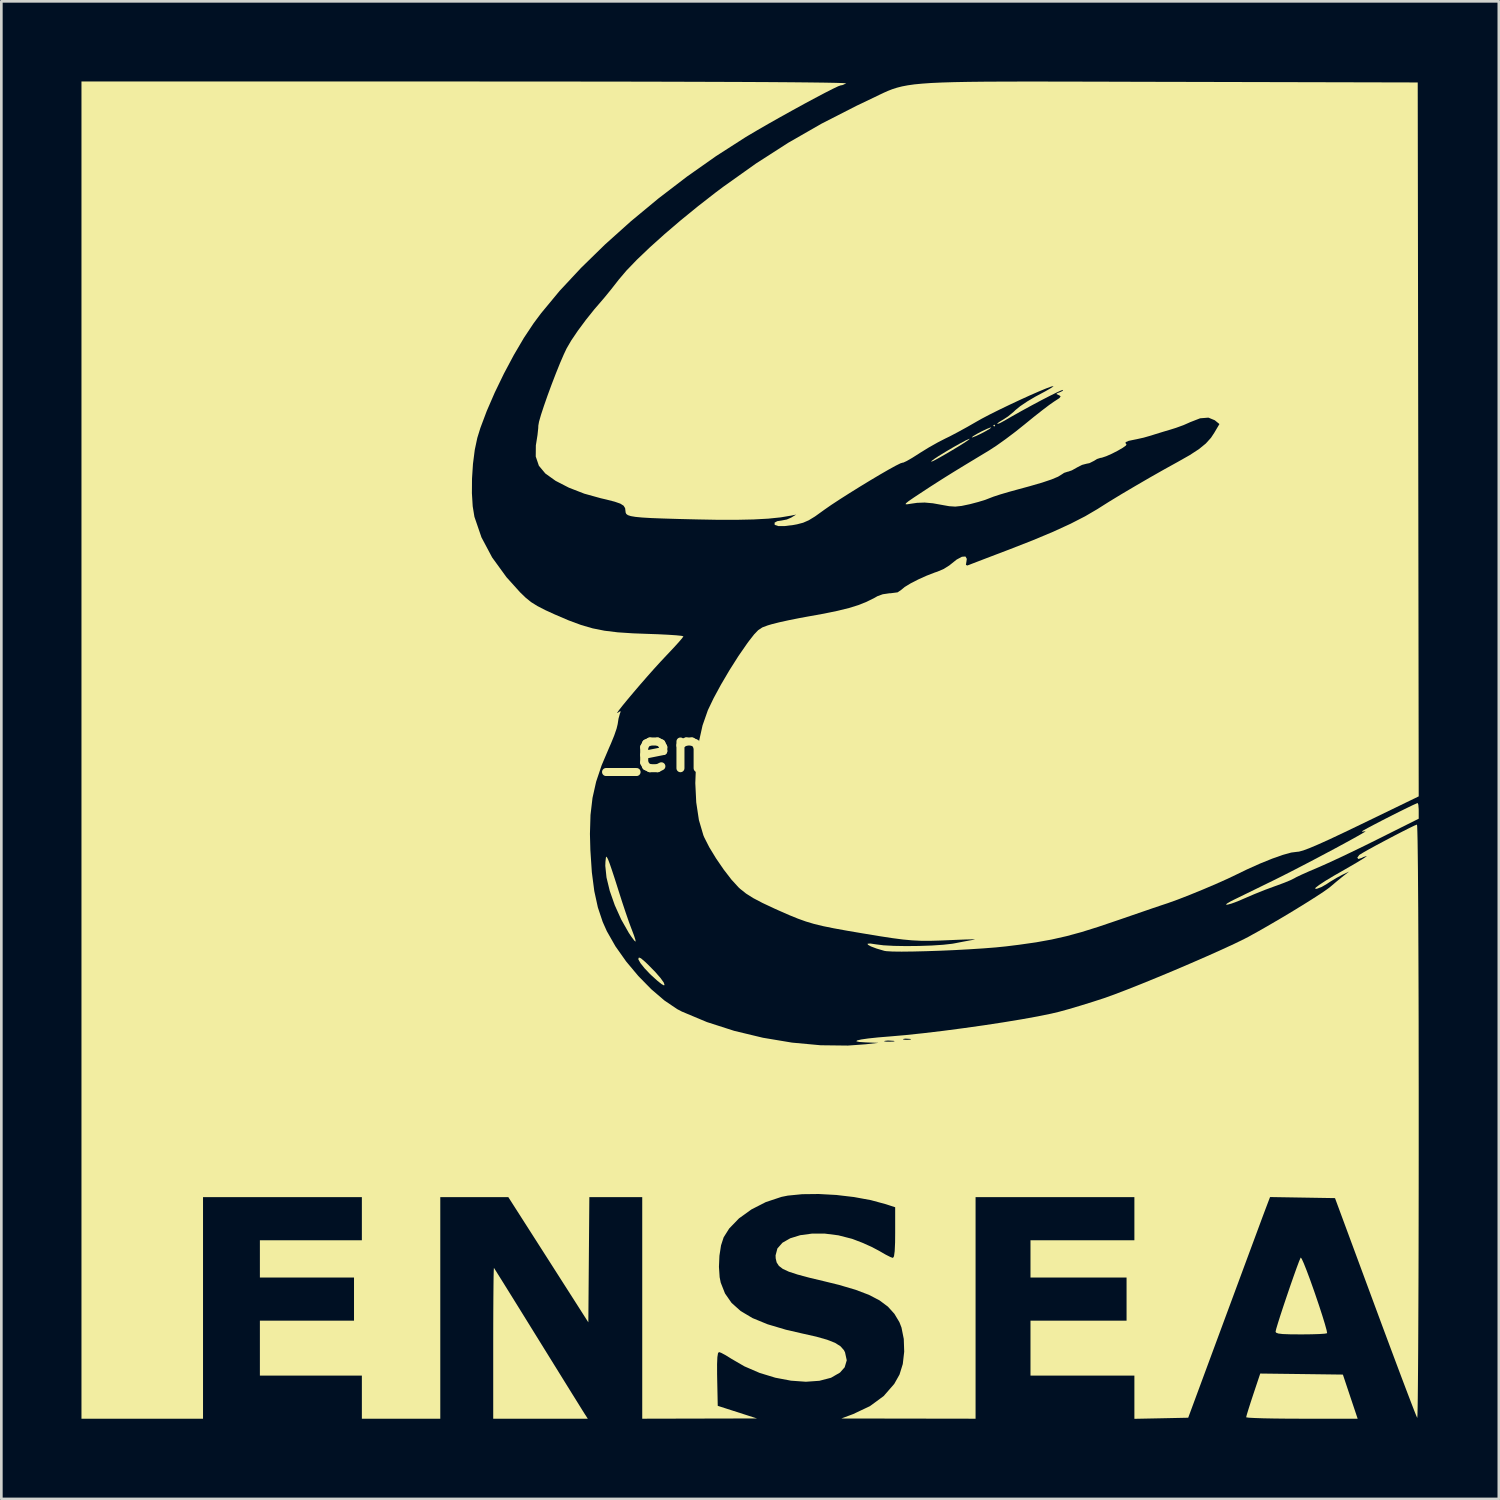
<source format=kicad_pcb>
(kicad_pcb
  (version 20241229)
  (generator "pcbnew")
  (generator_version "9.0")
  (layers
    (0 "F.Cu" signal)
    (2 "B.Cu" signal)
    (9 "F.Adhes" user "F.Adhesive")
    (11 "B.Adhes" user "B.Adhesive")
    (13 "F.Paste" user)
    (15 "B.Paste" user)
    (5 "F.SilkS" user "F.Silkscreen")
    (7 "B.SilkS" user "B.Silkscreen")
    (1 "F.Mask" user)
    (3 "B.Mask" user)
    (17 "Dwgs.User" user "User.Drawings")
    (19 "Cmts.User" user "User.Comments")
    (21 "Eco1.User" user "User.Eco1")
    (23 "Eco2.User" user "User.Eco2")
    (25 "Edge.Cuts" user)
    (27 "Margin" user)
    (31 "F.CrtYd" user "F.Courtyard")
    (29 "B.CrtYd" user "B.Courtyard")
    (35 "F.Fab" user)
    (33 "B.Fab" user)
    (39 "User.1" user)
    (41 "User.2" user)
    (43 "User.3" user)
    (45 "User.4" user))
  (footprint "logo_ensea_50mm"
    (layer "F.Cu")
    (at 25.033 25.033)
    (property "Reference" "logo_ensea_50mm" (at 0 0 0) (layer "F.SilkS") (effects (font (size 1.5 1.5) (thickness 0.3))))
    (attr board_only exclude_from_pos_files exclude_from_bom)
    (fp_poly (pts (xy 9.176 -12.149) (xy 9.14 -12.113) (xy 9.103 -12.149) (xy 9.14 -12.186)) (stroke (width 0) (type solid)) (fill yes) (layer "F.SilkS"))
    (fp_poly (pts (xy 8.97 -12.028) (xy 8.815 -11.937) (xy 8.662 -11.856) (xy 8.464 -11.761) (xy 8.33 -11.709) (xy 8.295 -11.706) (xy 8.355 -11.757) (xy 8.51 -11.848) (xy 8.662 -11.929) (xy 8.861 -12.024) (xy 8.994 -12.076) (xy 9.029 -12.078)) (stroke (width 0) (type solid)) (fill yes) (layer "F.SilkS"))
    (fp_poly (pts (xy -4.084 7.797) (xy -3.933 7.925) (xy -3.812 8.041) (xy -3.548 8.31) (xy -3.351 8.537) (xy -3.232 8.704) (xy -3.203 8.796) (xy -3.228 8.809) (xy -3.315 8.761) (xy -3.475 8.633) (xy -3.678 8.449) (xy -3.747 8.384) (xy -3.95 8.17) (xy -4.103 7.978) (xy -4.18 7.842) (xy -4.184 7.817) (xy -4.162 7.765)) (stroke (width 0) (type solid)) (fill yes) (layer "F.SilkS"))
    (fp_poly (pts (xy 20.647 23.361) (xy 22.194 23.381) (xy 22.47 24.207) (xy 22.747 25.033) (xy 20.66 25.033) (xy 20.123 25.031) (xy 19.638 25.026) (xy 19.222 25.018) (xy 18.894 25.007) (xy 18.672 24.995) (xy 18.576 24.981) (xy 18.573 24.978) (xy 18.595 24.89) (xy 18.654 24.694) (xy 18.742 24.418) (xy 18.836 24.132) (xy 19.1 23.342)) (stroke (width 0) (type solid)) (fill yes) (layer "F.SilkS"))
    (fp_poly (pts (xy 8.163 -11.601) (xy 8.007 -11.497) (xy 7.786 -11.359) (xy 7.529 -11.204) (xy 7.269 -11.052) (xy 7.036 -10.92) (xy 6.862 -10.827) (xy 6.778 -10.793) (xy 6.778 -10.793) (xy 6.799 -10.828) (xy 6.919 -10.917) (xy 7.053 -11.005) (xy 7.337 -11.179) (xy 7.622 -11.346) (xy 7.878 -11.49) (xy 8.08 -11.597) (xy 8.2 -11.651) (xy 8.222 -11.652)) (stroke (width 0) (type solid)) (fill yes) (layer "F.SilkS"))
    (fp_poly (pts (xy -5.327 4.073) (xy -5.31 4.111) (xy -5.258 4.247) (xy -5.174 4.491) (xy -5.068 4.813) (xy -4.951 5.181) (xy -4.918 5.286) (xy -4.789 5.69) (xy -4.657 6.086) (xy -4.538 6.431) (xy -4.444 6.684) (xy -4.433 6.711) (xy -4.347 6.939) (xy -4.294 7.106) (xy -4.285 7.173) (xy -4.336 7.132) (xy -4.438 6.997) (xy -4.538 6.848) (xy -4.824 6.345) (xy -5.066 5.808) (xy -5.254 5.271) (xy -5.376 4.768) (xy -5.421 4.332) (xy -5.416 4.19) (xy -5.398 4.022) (xy -5.374 3.987)) (stroke (width 0) (type solid)) (fill yes) (layer "F.SilkS"))
    (fp_poly (pts (xy -9.547 19.453) (xy -9.435 19.632) (xy -9.261 19.91) (xy -9.035 20.273) (xy -8.764 20.709) (xy -8.457 21.204) (xy -8.121 21.747) (xy -7.927 22.06) (xy -7.575 22.628) (xy -7.244 23.162) (xy -6.942 23.649) (xy -6.679 24.073) (xy -6.462 24.421) (xy -6.302 24.679) (xy -6.205 24.834) (xy -6.183 24.868) (xy -6.076 25.033) (xy -7.846 25.033) (xy -9.617 25.033) (xy -9.617 22.194) (xy -9.616 21.567) (xy -9.614 20.988) (xy -9.611 20.476) (xy -9.607 20.044) (xy -9.603 19.708) (xy -9.597 19.485) (xy -9.591 19.389) (xy -9.59 19.386)) (stroke (width 0) (type solid)) (fill yes) (layer "F.SilkS"))
    (fp_poly (pts (xy 20.654 19.048) (xy 20.731 19.218) (xy 20.838 19.487) (xy 20.969 19.837) (xy 21.115 20.248) (xy 21.156 20.367) (xy 21.302 20.797) (xy 21.426 21.179) (xy 21.522 21.492) (xy 21.583 21.714) (xy 21.604 21.825) (xy 21.602 21.832) (xy 21.516 21.849) (xy 21.312 21.863) (xy 21.02 21.872) (xy 20.669 21.876) (xy 20.616 21.876) (xy 20.217 21.873) (xy 19.943 21.863) (xy 19.776 21.843) (xy 19.693 21.811) (xy 19.674 21.774) (xy 19.697 21.673) (xy 19.76 21.462) (xy 19.853 21.168) (xy 19.968 20.817) (xy 20.096 20.437) (xy 20.227 20.052) (xy 20.353 19.692) (xy 20.464 19.381) (xy 20.552 19.146) (xy 20.607 19.015) (xy 20.617 18.998)) (stroke (width 0) (type solid)) (fill yes) (layer "F.SilkS"))
    (fp_poly (pts (xy 25.019 2.047) (xy 25.032 2.21) (xy 25.033 2.275) (xy 25.033 2.569) (xy 23.497 3.337) (xy 23.009 3.579) (xy 22.516 3.818) (xy 22.049 4.04) (xy 21.64 4.229) (xy 21.32 4.372) (xy 21.24 4.406) (xy 20.925 4.54) (xy 20.649 4.663) (xy 20.448 4.759) (xy 20.371 4.802) (xy 20.234 4.87) (xy 20.002 4.966) (xy 19.72 5.071) (xy 19.654 5.094) (xy 19.285 5.23) (xy 18.876 5.394) (xy 18.525 5.545) (xy 18.251 5.663) (xy 18.031 5.744) (xy 17.881 5.786) (xy 17.816 5.787) (xy 17.853 5.745) (xy 18.006 5.656) (xy 18.096 5.611) (xy 18.289 5.517) (xy 18.582 5.374) (xy 18.942 5.198) (xy 19.336 5.005) (xy 19.564 4.894) (xy 19.888 4.733) (xy 20.262 4.543) (xy 20.671 4.332) (xy 21.095 4.111) (xy 21.517 3.887) (xy 21.921 3.672) (xy 22.288 3.473) (xy 22.602 3.301) (xy 22.845 3.164) (xy 22.999 3.073) (xy 23.047 3.036) (xy 23.033 3.038) (xy 22.926 3.057) (xy 22.904 3.045) (xy 22.965 3.004) (xy 23.132 2.912) (xy 23.376 2.783) (xy 23.67 2.63) (xy 23.989 2.467) (xy 24.304 2.309) (xy 24.589 2.168) (xy 24.817 2.058) (xy 24.961 1.994) (xy 24.995 1.982)) (stroke (width 0) (type solid)) (fill yes) (layer "F.SilkS"))
    (fp_poly (pts (xy 11.277 -25.029) (xy 12.319 -25.027) (xy 13.485 -25.024) (xy 14.784 -25.02) (xy 15.747 -25.018) (xy 24.996 -24.996) (xy 25.015 -11.631) (xy 25.033 1.733) (xy 22.88 2.776) (xy 22.228 3.089) (xy 21.696 3.34) (xy 21.272 3.531) (xy 20.947 3.669) (xy 20.709 3.758) (xy 20.548 3.802) (xy 20.475 3.809) (xy 20.262 3.836) (xy 19.944 3.924) (xy 19.545 4.065) (xy 19.091 4.249) (xy 18.605 4.467) (xy 18.24 4.644) (xy 17.88 4.816) (xy 17.437 5.014) (xy 16.951 5.221) (xy 16.461 5.421) (xy 16.01 5.597) (xy 15.635 5.732) (xy 15.526 5.768) (xy 15.369 5.82) (xy 15.099 5.911) (xy 14.742 6.034) (xy 14.323 6.178) (xy 13.868 6.335) (xy 13.748 6.376) (xy 13.03 6.619) (xy 12.407 6.814) (xy 11.839 6.968) (xy 11.287 7.093) (xy 10.711 7.197) (xy 10.072 7.288) (xy 9.581 7.349) (xy 9.196 7.388) (xy 8.736 7.424) (xy 8.222 7.457) (xy 7.679 7.487) (xy 7.129 7.511) (xy 6.596 7.529) (xy 6.104 7.541) (xy 5.675 7.546) (xy 5.333 7.542) (xy 5.101 7.528) (xy 5.029 7.517) (xy 4.737 7.431) (xy 4.527 7.352) (xy 4.411 7.288) (xy 4.399 7.249) (xy 4.503 7.242) (xy 4.717 7.274) (xy 4.997 7.309) (xy 5.384 7.33) (xy 5.84 7.338) (xy 6.325 7.333) (xy 6.8 7.317) (xy 7.226 7.289) (xy 7.565 7.251) (xy 7.656 7.235) (xy 7.953 7.177) (xy 8.222 7.127) (xy 8.405 7.095) (xy 8.405 7.095) (xy 8.417 7.087) (xy 8.301 7.086) (xy 8.077 7.091) (xy 7.764 7.103) (xy 7.598 7.11) (xy 7.127 7.13) (xy 6.735 7.141) (xy 6.39 7.139) (xy 6.062 7.123) (xy 5.718 7.091) (xy 5.327 7.04) (xy 4.857 6.968) (xy 4.277 6.872) (xy 4.227 6.864) (xy 3.622 6.761) (xy 3.133 6.672) (xy 2.734 6.591) (xy 2.396 6.509) (xy 2.091 6.418) (xy 1.792 6.311) (xy 1.47 6.18) (xy 1.097 6.016) (xy 0.922 5.938) (xy 0.464 5.723) (xy 0.115 5.54) (xy -0.153 5.37) (xy -0.37 5.197) (xy -0.433 5.139) (xy -0.698 4.849) (xy -0.989 4.471) (xy -1.276 4.052) (xy -1.529 3.636) (xy -1.716 3.268) (xy -1.749 3.189) (xy -1.916 2.621) (xy -2.016 1.958) (xy -2.051 1.237) (xy -2.023 0.492) (xy -1.932 -0.24) (xy -1.78 -0.923) (xy -1.58 -1.495) (xy -1.368 -1.938) (xy -1.089 -2.453) (xy -0.77 -2.995) (xy -0.436 -3.521) (xy -0.112 -3.989) (xy -0.037 -4.091) (xy 0.155 -4.336) (xy 0.305 -4.492) (xy 0.457 -4.592) (xy 0.656 -4.667) (xy 0.808 -4.712) (xy 1.083 -4.782) (xy 1.45 -4.863) (xy 1.852 -4.943) (xy 2.129 -4.994) (xy 2.767 -5.109) (xy 3.284 -5.216) (xy 3.705 -5.32) (xy 4.056 -5.429) (xy 4.362 -5.552) (xy 4.647 -5.694) (xy 4.772 -5.764) (xy 4.966 -5.834) (xy 5.211 -5.87) (xy 5.263 -5.872) (xy 5.524 -5.906) (xy 5.667 -6.005) (xy 5.788 -6.107) (xy 6.009 -6.241) (xy 6.295 -6.388) (xy 6.608 -6.529) (xy 6.911 -6.647) (xy 7.011 -6.68) (xy 7.25 -6.782) (xy 7.46 -6.914) (xy 7.488 -6.937) (xy 7.734 -7.133) (xy 7.931 -7.238) (xy 8.063 -7.248) (xy 8.114 -7.16) (xy 8.102 -7.072) (xy 8.08 -6.937) (xy 8.127 -6.91) (xy 8.193 -6.932) (xy 8.302 -6.975) (xy 8.526 -7.061) (xy 8.839 -7.181) (xy 9.219 -7.326) (xy 9.642 -7.487) (xy 9.69 -7.505) (xy 10.582 -7.854) (xy 11.346 -8.174) (xy 11.995 -8.472) (xy 12.545 -8.754) (xy 13.009 -9.026) (xy 13.079 -9.071) (xy 13.445 -9.302) (xy 13.905 -9.582) (xy 14.427 -9.89) (xy 14.974 -10.208) (xy 15.512 -10.513) (xy 16.004 -10.785) (xy 16.461 -11.044) (xy 16.806 -11.269) (xy 17.063 -11.479) (xy 17.256 -11.693) (xy 17.378 -11.878) (xy 17.572 -12.207) (xy 17.397 -12.349) (xy 17.16 -12.447) (xy 16.849 -12.422) (xy 16.466 -12.273) (xy 16.444 -12.262) (xy 16.228 -12.167) (xy 15.945 -12.064) (xy 15.747 -12.002) (xy 15.452 -11.914) (xy 15.163 -11.825) (xy 15.012 -11.777) (xy 14.737 -11.698) (xy 14.453 -11.635) (xy 14.425 -11.63) (xy 14.175 -11.578) (xy 14.058 -11.529) (xy 14.063 -11.475) (xy 14.093 -11.453) (xy 14.071 -11.403) (xy 13.949 -11.315) (xy 13.762 -11.207) (xy 13.547 -11.097) (xy 13.338 -11.004) (xy 13.171 -10.948) (xy 13.11 -10.938) (xy 12.986 -10.897) (xy 12.879 -10.83) (xy 12.706 -10.743) (xy 12.59 -10.72) (xy 12.43 -10.678) (xy 12.239 -10.581) (xy 12.223 -10.571) (xy 12.047 -10.473) (xy 11.909 -10.425) (xy 11.898 -10.425) (xy 11.758 -10.38) (xy 11.678 -10.327) (xy 11.531 -10.236) (xy 11.288 -10.134) (xy 10.935 -10.015) (xy 10.459 -9.877) (xy 10.046 -9.765) (xy 9.69 -9.667) (xy 9.368 -9.572) (xy 9.117 -9.49) (xy 8.981 -9.438) (xy 8.806 -9.37) (xy 8.542 -9.289) (xy 8.246 -9.211) (xy 8.23 -9.207) (xy 7.918 -9.141) (xy 7.681 -9.116) (xy 7.454 -9.131) (xy 7.239 -9.169) (xy 6.846 -9.24) (xy 6.536 -9.268) (xy 6.253 -9.257) (xy 6.02 -9.224) (xy 5.888 -9.203) (xy 5.823 -9.205) (xy 5.835 -9.24) (xy 5.935 -9.321) (xy 6.136 -9.459) (xy 6.448 -9.665) (xy 6.46 -9.673) (xy 6.753 -9.865) (xy 7.029 -10.042) (xy 7.31 -10.22) (xy 7.622 -10.414) (xy 7.988 -10.638) (xy 8.434 -10.908) (xy 8.956 -11.223) (xy 9.227 -11.4) (xy 9.567 -11.642) (xy 9.934 -11.919) (xy 10.286 -12.2) (xy 10.314 -12.223) (xy 10.632 -12.482) (xy 10.936 -12.721) (xy 11.195 -12.918) (xy 11.38 -13.048) (xy 11.409 -13.066) (xy 11.576 -13.175) (xy 11.628 -13.239) (xy 11.58 -13.28) (xy 11.556 -13.29) (xy 11.466 -13.331) (xy 11.504 -13.365) (xy 11.586 -13.393) (xy 11.701 -13.447) (xy 11.718 -13.486) (xy 11.645 -13.465) (xy 11.468 -13.384) (xy 11.209 -13.255) (xy 10.891 -13.091) (xy 10.539 -12.903) (xy 10.175 -12.704) (xy 9.822 -12.506) (xy 9.525 -12.334) (xy 9.36 -12.245) (xy 9.261 -12.208) (xy 9.25 -12.214) (xy 9.308 -12.272) (xy 9.45 -12.359) (xy 9.469 -12.369) (xy 9.66 -12.494) (xy 9.872 -12.669) (xy 9.933 -12.728) (xy 10.113 -12.875) (xy 10.377 -13.053) (xy 10.679 -13.232) (xy 10.781 -13.286) (xy 11.04 -13.425) (xy 11.238 -13.538) (xy 11.347 -13.609) (xy 11.359 -13.625) (xy 11.279 -13.612) (xy 11.091 -13.543) (xy 10.818 -13.43) (xy 10.482 -13.283) (xy 10.106 -13.112) (xy 9.714 -12.928) (xy 9.328 -12.742) (xy 8.971 -12.564) (xy 8.667 -12.404) (xy 8.481 -12.299) (xy 8.134 -12.1) (xy 7.781 -11.906) (xy 7.471 -11.743) (xy 7.306 -11.663) (xy 7.028 -11.52) (xy 6.693 -11.331) (xy 6.368 -11.131) (xy 6.313 -11.095) (xy 6.065 -10.938) (xy 5.863 -10.822) (xy 5.738 -10.764) (xy 5.715 -10.762) (xy 5.634 -10.738) (xy 5.451 -10.647) (xy 5.186 -10.501) (xy 4.86 -10.313) (xy 4.494 -10.095) (xy 4.108 -9.86) (xy 3.724 -9.621) (xy 3.361 -9.39) (xy 3.041 -9.18) (xy 2.785 -9.002) (xy 2.73 -8.962) (xy 2.429 -8.746) (xy 2.196 -8.604) (xy 1.987 -8.513) (xy 1.758 -8.453) (xy 1.627 -8.429) (xy 1.291 -8.387) (xy 1.051 -8.388) (xy 0.921 -8.432) (xy 0.917 -8.515) (xy 1.018 -8.571) (xy 1.161 -8.592) (xy 1.375 -8.633) (xy 1.542 -8.706) (xy 1.725 -8.818) (xy 1.539 -8.779) (xy 1.145 -8.713) (xy 0.681 -8.665) (xy 0.131 -8.635) (xy -0.52 -8.621) (xy -1.288 -8.623) (xy -1.982 -8.636) (xy -2.682 -8.653) (xy -3.248 -8.67) (xy -3.696 -8.687) (xy -4.039 -8.707) (xy -4.29 -8.731) (xy -4.464 -8.76) (xy -4.574 -8.796) (xy -4.635 -8.841) (xy -4.66 -8.897) (xy -4.664 -8.937) (xy -4.679 -9.058) (xy -4.736 -9.15) (xy -4.858 -9.227) (xy -5.068 -9.3) (xy -5.388 -9.382) (xy -5.594 -9.43) (xy -6.209 -9.601) (xy -6.783 -9.824) (xy -7.282 -10.081) (xy -7.667 -10.357) (xy -7.908 -10.647) (xy -8.025 -10.992) (xy -8.021 -11.408) (xy -8.002 -11.525) (xy -7.959 -11.798) (xy -7.932 -12.053) (xy -7.928 -12.149) (xy -7.902 -12.295) (xy -7.829 -12.55) (xy -7.719 -12.885) (xy -7.583 -13.274) (xy -7.43 -13.69) (xy -7.27 -14.105) (xy -7.114 -14.492) (xy -6.971 -14.823) (xy -6.87 -15.036) (xy -6.696 -15.335) (xy -6.447 -15.703) (xy -6.149 -16.105) (xy -5.829 -16.505) (xy -5.622 -16.744) (xy -5.432 -16.967) (xy -5.199 -17.253) (xy -4.967 -17.549) (xy -4.92 -17.61) (xy -4.631 -17.951) (xy -4.237 -18.36) (xy -3.755 -18.82) (xy -3.202 -19.317) (xy -2.595 -19.836) (xy -1.951 -20.361) (xy -1.286 -20.879) (xy -0.999 -21.094) (xy 0.225 -21.964) (xy 1.431 -22.739) (xy 2.67 -23.45) (xy 3.99 -24.125) (xy 4.441 -24.34) (xy 4.65 -24.44) (xy 4.835 -24.53) (xy 5.004 -24.61) (xy 5.166 -24.682) (xy 5.328 -24.745) (xy 5.5 -24.8) (xy 5.689 -24.848) (xy 5.904 -24.889) (xy 6.152 -24.924) (xy 6.443 -24.952) (xy 6.784 -24.976) (xy 7.184 -24.994) (xy 7.651 -25.008) (xy 8.193 -25.018) (xy 8.818 -25.025) (xy 9.535 -25.028) (xy 10.352 -25.03)) (stroke (width 0) (type solid)) (fill yes) (layer "F.SilkS"))
    (fp_poly (pts (xy -10.663 -25.032) (xy -8.791 -25.031) (xy -7.044 -25.03) (xy -5.423 -25.028) (xy -3.93 -25.026) (xy -2.567 -25.022) (xy -1.336 -25.018) (xy -0.237 -25.014) (xy 0.726 -25.009) (xy 1.554 -25.003) (xy 2.243 -24.996) (xy 2.793 -24.989) (xy 3.202 -24.981) (xy 3.468 -24.973) (xy 3.59 -24.964) (xy 3.597 -24.96) (xy 3.451 -24.896) (xy 3.394 -24.887) (xy 3.296 -24.852) (xy 3.09 -24.754) (xy 2.796 -24.604) (xy 2.434 -24.413) (xy 2.023 -24.192) (xy 1.582 -23.95) (xy 1.131 -23.699) (xy 0.69 -23.45) (xy 0.278 -23.212) (xy -0.085 -22.998) (xy -0.184 -22.938) (xy -1.277 -22.236) (xy -2.366 -21.469) (xy -3.434 -20.651) (xy -4.462 -19.799) (xy -5.433 -18.928) (xy -6.328 -18.054) (xy -7.131 -17.193) (xy -7.821 -16.36) (xy -8.102 -15.984) (xy -8.471 -15.429) (xy -8.848 -14.787) (xy -9.217 -14.094) (xy -9.56 -13.385) (xy -9.859 -12.696) (xy -10.097 -12.063) (xy -10.213 -11.688) (xy -10.308 -11.241) (xy -10.375 -10.717) (xy -10.411 -10.162) (xy -10.415 -9.617) (xy -10.385 -9.127) (xy -10.321 -8.735) (xy -10.32 -8.732) (xy -10.057 -7.964) (xy -9.658 -7.213) (xy -9.12 -6.472) (xy -8.611 -5.907) (xy -8.401 -5.704) (xy -8.198 -5.54) (xy -7.965 -5.394) (xy -7.666 -5.24) (xy -7.314 -5.079) (xy -6.79 -4.855) (xy -6.33 -4.684) (xy -5.895 -4.558) (xy -5.449 -4.469) (xy -4.958 -4.409) (xy -4.383 -4.371) (xy -3.872 -4.352) (xy -3.441 -4.337) (xy -3.065 -4.318) (xy -2.767 -4.298) (xy -2.57 -4.278) (xy -2.496 -4.259) (xy -2.496 -4.259) (xy -2.544 -4.189) (xy -2.676 -4.035) (xy -2.871 -3.821) (xy -3.11 -3.567) (xy -3.138 -3.538) (xy -3.352 -3.31) (xy -3.596 -3.042) (xy -3.857 -2.748) (xy -4.12 -2.446) (xy -4.371 -2.152) (xy -4.597 -1.883) (xy -4.783 -1.656) (xy -4.915 -1.486) (xy -4.979 -1.392) (xy -4.961 -1.389) (xy -4.954 -1.395) (xy -4.858 -1.464) (xy -4.851 -1.427) (xy -4.876 -1.358) (xy -4.926 -1.178) (xy -4.957 -0.975) (xy -4.998 -0.804) (xy -5.087 -0.545) (xy -5.21 -0.243) (xy -5.276 -0.094) (xy -5.558 0.569) (xy -5.764 1.184) (xy -5.9 1.791) (xy -5.975 2.429) (xy -5.996 3.139) (xy -5.98 3.744) (xy -5.925 4.571) (xy -5.833 5.279) (xy -5.699 5.892) (xy -5.518 6.434) (xy -5.363 6.781) (xy -5.042 7.345) (xy -4.641 7.913) (xy -4.185 8.458) (xy -3.699 8.954) (xy -3.207 9.375) (xy -2.733 9.696) (xy -2.554 9.79) (xy -1.616 10.183) (xy -0.593 10.512) (xy 0.48 10.77) (xy 1.569 10.952) (xy 2.641 11.051) (xy 3.661 11.063) (xy 4.331 11.014) (xy 4.808 10.961) (xy 4.331 10.944) (xy 4.085 10.927) (xy 3.985 10.904) (xy 5.012 10.904) (xy 5.104 10.916) (xy 5.212 10.918) (xy 5.371 10.912) (xy 5.415 10.898) (xy 5.377 10.886) (xy 5.163 10.874) (xy 5.047 10.886) (xy 5.012 10.904) (xy 3.985 10.904) (xy 3.978 10.903) (xy 4.003 10.872) (xy 4.153 10.836) (xy 4.156 10.835) (xy 5.722 10.835) (xy 5.823 10.847) (xy 5.873 10.848) (xy 6.006 10.84) (xy 6.022 10.821) (xy 6.001 10.814) (xy 5.815 10.803) (xy 5.744 10.814) (xy 5.722 10.835) (xy 4.156 10.835) (xy 4.42 10.797) (xy 4.796 10.757) (xy 5.212 10.723) (xy 5.813 10.671) (xy 6.493 10.599) (xy 7.225 10.512) (xy 7.983 10.412) (xy 8.743 10.305) (xy 9.477 10.193) (xy 10.162 10.08) (xy 10.77 9.97) (xy 11.275 9.867) (xy 11.562 9.799) (xy 11.93 9.698) (xy 12.378 9.565) (xy 12.847 9.419) (xy 13.251 9.288) (xy 13.633 9.151) (xy 14.114 8.967) (xy 14.668 8.747) (xy 15.27 8.501) (xy 15.896 8.24) (xy 16.52 7.973) (xy 17.118 7.712) (xy 17.665 7.467) (xy 18.137 7.249) (xy 18.508 7.068) (xy 18.641 6.999) (xy 19.036 6.781) (xy 19.472 6.531) (xy 19.928 6.264) (xy 20.379 5.993) (xy 20.803 5.732) (xy 21.177 5.496) (xy 21.478 5.298) (xy 21.683 5.152) (xy 21.734 5.11) (xy 21.949 4.928) (xy 22.161 4.755) (xy 22.211 4.715) (xy 22.427 4.548) (xy 22.17 4.67) (xy 21.95 4.788) (xy 21.695 4.943) (xy 21.599 5.007) (xy 21.395 5.126) (xy 21.223 5.191) (xy 21.158 5.196) (xy 21.172 5.153) (xy 21.303 5.051) (xy 21.539 4.896) (xy 21.867 4.699) (xy 22.097 4.568) (xy 22.443 4.369) (xy 22.734 4.199) (xy 22.949 4.067) (xy 23.071 3.986) (xy 23.088 3.966) (xy 22.966 4.002) (xy 22.908 4.034) (xy 22.777 4.078) (xy 22.733 4.03) (xy 22.804 3.931) (xy 22.827 3.914) (xy 22.957 3.835) (xy 23.177 3.71) (xy 23.46 3.555) (xy 23.78 3.385) (xy 24.108 3.212) (xy 24.418 3.052) (xy 24.682 2.919) (xy 24.874 2.826) (xy 24.966 2.79) (xy 24.968 2.79) (xy 24.976 2.862) (xy 24.983 3.074) (xy 24.991 3.42) (xy 24.997 3.891) (xy 25.004 4.483) (xy 25.009 5.187) (xy 25.015 5.997) (xy 25.019 6.906) (xy 25.023 7.907) (xy 25.027 8.993) (xy 25.03 10.158) (xy 25.031 11.395) (xy 25.033 12.697) (xy 25.033 13.924) (xy 25.033 15.189) (xy 25.032 16.413) (xy 25.03 17.587) (xy 25.028 18.705) (xy 25.025 19.758) (xy 25.021 20.737) (xy 25.017 21.636) (xy 25.013 22.446) (xy 25.008 23.159) (xy 25.003 23.768) (xy 24.998 24.264) (xy 24.992 24.639) (xy 24.986 24.886) (xy 24.98 24.997) (xy 24.978 25.002) (xy 24.943 24.925) (xy 24.862 24.723) (xy 24.74 24.407) (xy 24.581 23.99) (xy 24.389 23.483) (xy 24.17 22.9) (xy 23.928 22.253) (xy 23.667 21.552) (xy 23.411 20.861) (xy 21.899 16.774) (xy 20.683 16.754) (xy 19.467 16.734) (xy 19.343 17.061) (xy 19.294 17.19) (xy 19.199 17.443) (xy 19.064 17.807) (xy 18.894 18.266) (xy 18.693 18.808) (xy 18.467 19.418) (xy 18.221 20.083) (xy 17.96 20.788) (xy 17.81 21.192) (xy 16.403 24.996) (xy 15.396 25.017) (xy 14.388 25.037) (xy 14.388 24.228) (xy 14.388 23.418) (xy 12.443 23.418) (xy 10.498 23.418) (xy 10.498 22.39) (xy 10.498 21.362) (xy 12.296 21.362) (xy 14.095 21.362) (xy 14.095 20.555) (xy 14.095 19.747) (xy 12.296 19.747) (xy 10.498 19.747) (xy 10.498 19.05) (xy 10.498 18.353) (xy 12.443 18.353) (xy 14.388 18.353) (xy 14.388 17.545) (xy 14.388 16.738) (xy 11.415 16.738) (xy 8.442 16.738) (xy 8.442 20.885) (xy 8.442 25.033) (xy 5.928 25.029) (xy 3.414 25.025) (xy 3.86 24.859) (xy 4.486 24.563) (xy 5.001 24.185) (xy 5.397 23.73) (xy 5.594 23.381) (xy 5.717 22.985) (xy 5.77 22.522) (xy 5.754 22.048) (xy 5.668 21.618) (xy 5.59 21.418) (xy 5.403 21.106) (xy 5.161 20.838) (xy 4.848 20.604) (xy 4.448 20.395) (xy 3.944 20.204) (xy 3.322 20.021) (xy 2.775 19.887) (xy 2.211 19.752) (xy 1.776 19.635) (xy 1.452 19.529) (xy 1.225 19.424) (xy 1.078 19.311) (xy 0.995 19.183) (xy 0.959 19.031) (xy 0.954 18.918) (xy 1.022 18.66) (xy 1.211 18.445) (xy 1.503 18.278) (xy 1.878 18.162) (xy 2.316 18.103) (xy 2.799 18.103) (xy 3.305 18.167) (xy 3.817 18.298) (xy 3.853 18.311) (xy 4.196 18.442) (xy 4.548 18.599) (xy 4.836 18.751) (xy 4.854 18.762) (xy 5.078 18.891) (xy 5.258 18.982) (xy 5.35 19.013) (xy 5.388 18.951) (xy 5.414 18.758) (xy 5.429 18.43) (xy 5.432 18.065) (xy 5.432 17.116) (xy 5.084 17.002) (xy 4.523 16.85) (xy 3.892 16.734) (xy 3.228 16.656) (xy 2.568 16.62) (xy 1.951 16.627) (xy 1.413 16.68) (xy 1.175 16.728) (xy 0.588 16.923) (xy 0.05 17.198) (xy -0.416 17.533) (xy -0.782 17.912) (xy -0.99 18.242) (xy -1.088 18.544) (xy -1.148 18.931) (xy -1.166 19.347) (xy -1.14 19.735) (xy -1.099 19.939) (xy -0.939 20.344) (xy -0.694 20.696) (xy -0.354 21.001) (xy 0.092 21.266) (xy 0.654 21.497) (xy 1.344 21.702) (xy 1.945 21.841) (xy 2.479 21.961) (xy 2.884 22.076) (xy 3.179 22.192) (xy 3.382 22.319) (xy 3.511 22.464) (xy 3.554 22.547) (xy 3.619 22.846) (xy 3.541 23.108) (xy 3.366 23.306) (xy 3.03 23.5) (xy 2.596 23.613) (xy 2.089 23.649) (xy 1.531 23.609) (xy 0.945 23.498) (xy 0.356 23.318) (xy -0.213 23.072) (xy -0.692 22.794) (xy -0.908 22.66) (xy -1.081 22.567) (xy -1.166 22.537) (xy -1.202 22.583) (xy -1.225 22.729) (xy -1.236 22.99) (xy -1.235 23.378) (xy -1.232 23.544) (xy -1.211 24.551) (xy -0.477 24.787) (xy 0.257 25.023) (xy -1.89 25.028) (xy -4.038 25.033) (xy -4.038 20.885) (xy -4.038 16.738) (xy -5.028 16.738) (xy -6.018 16.738) (xy -6.037 19.081) (xy -6.056 21.425) (xy -7.553 19.081) (xy -9.051 16.738) (xy -10.325 16.738) (xy -11.599 16.738) (xy -11.599 20.885) (xy -11.599 25.033) (xy -13.067 25.033) (xy -14.535 25.033) (xy -14.535 24.225) (xy -14.535 23.418) (xy -16.444 23.418) (xy -18.353 23.418) (xy -18.353 22.39) (xy -18.353 21.362) (xy -16.591 21.362) (xy -14.829 21.362) (xy -14.829 20.555) (xy -14.829 19.747) (xy -16.591 19.747) (xy -18.353 19.747) (xy -18.353 19.05) (xy -18.353 18.353) (xy -16.444 18.353) (xy -14.535 18.353) (xy -14.535 17.545) (xy -14.535 16.738) (xy -17.508 16.738) (xy -20.482 16.738) (xy -20.482 20.885) (xy -20.482 25.033) (xy -22.757 25.033) (xy -25.033 25.033) (xy -25.033 0) (xy -25.033 -25.033)) (stroke (width 0) (type solid)) (fill yes) (layer "F.SilkS")))
  (gr_rect
    (start -3 -3)
    (end 53.066 53.07)
    (stroke (width 0.1) (type default))
    (fill no)
    (layer "Edge.Cuts")))
</source>
